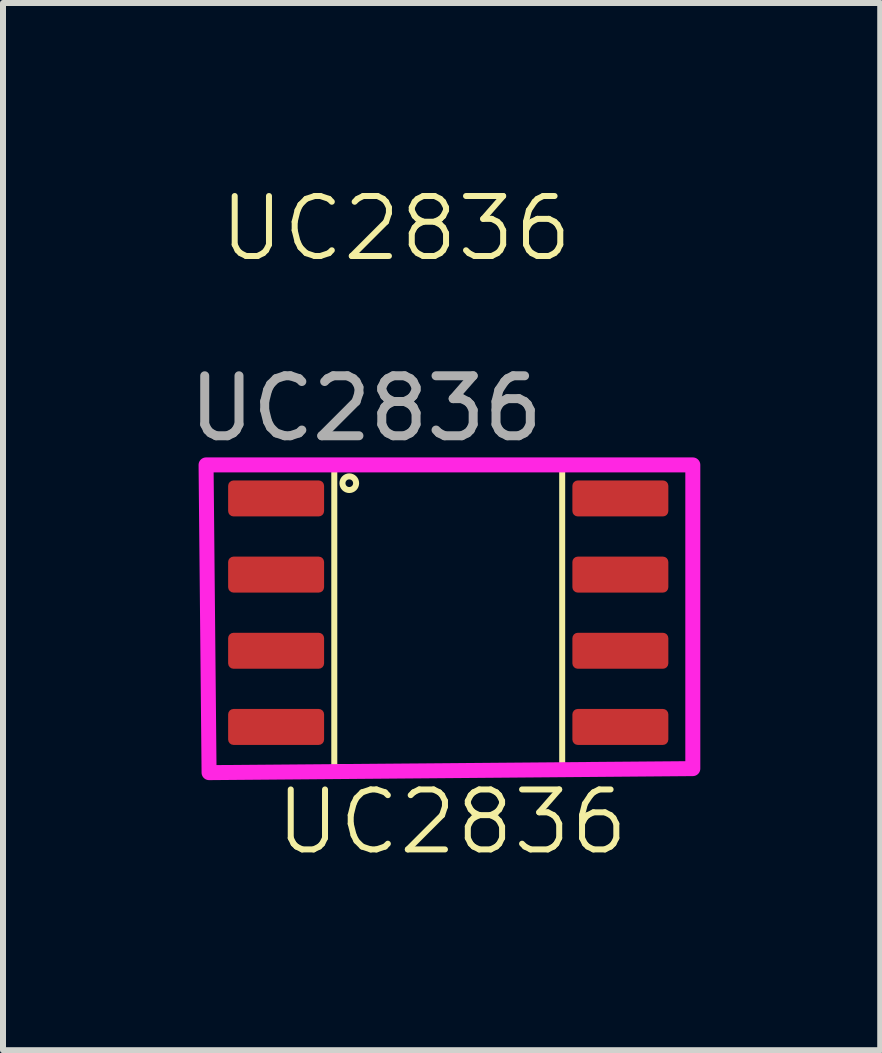
<source format=kicad_pcb>
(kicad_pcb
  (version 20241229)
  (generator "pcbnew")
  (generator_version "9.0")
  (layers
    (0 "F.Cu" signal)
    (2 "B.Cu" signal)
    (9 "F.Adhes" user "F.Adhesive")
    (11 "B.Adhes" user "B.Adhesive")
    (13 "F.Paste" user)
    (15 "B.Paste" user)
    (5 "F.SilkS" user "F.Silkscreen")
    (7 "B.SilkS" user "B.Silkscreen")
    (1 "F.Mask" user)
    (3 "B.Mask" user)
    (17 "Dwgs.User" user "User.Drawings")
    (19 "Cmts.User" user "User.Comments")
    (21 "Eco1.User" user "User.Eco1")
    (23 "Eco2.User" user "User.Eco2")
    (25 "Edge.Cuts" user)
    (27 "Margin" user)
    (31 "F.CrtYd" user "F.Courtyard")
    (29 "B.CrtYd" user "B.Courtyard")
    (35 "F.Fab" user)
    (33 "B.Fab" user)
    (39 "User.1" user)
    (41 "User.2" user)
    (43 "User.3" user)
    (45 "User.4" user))
  (footprint "UC2836"
    (layer "F.Cu")
    (at 1.554 5.261)
    (property "Reference" "UC2836" (at 2 -4.5 0) (unlocked yes) (layer "F.SilkS") (effects (font (size 1 1) (thickness 0.1))))
    (attr smd)
    (fp_rect (start 0.97 -0.52) (end 4.77 4.48) (stroke (width 0.1) (type default)) (fill no) (layer "F.SilkS"))
    (fp_circle (center 1.22 -0.254) (end 1.33 -0.224) (stroke (width 0.1) (type default)) (fill no) (layer "F.SilkS"))
    (fp_poly (pts (xy 6.948 4.505) (xy 6.948 -0.559) (xy -1.168 -0.559) (xy -1.118 4.572)) (stroke (width 0.25) (type solid)) (fill no) (layer "F.CrtYd"))
    (fp_text user "UC2836" (at -0.06 5.98 0) (unlocked yes) (layer "F.SilkS") (effects (font (size 1 1) (thickness 0.1)) (justify left bottom)))
    (fp_text user "${REFERENCE}" (at 1.5 -1.5 0) (unlocked yes) (layer "F.Fab") (effects (font (size 1 1) (thickness 0.15))))
    (pad "1" smd roundrect (at 0 0 90) (size 0.6 1.6) (layers "F.Cu" "F.Mask" "F.Paste") (roundrect_rratio 0.15))
    (pad "2" smd roundrect (at 0 1.27 90) (size 0.6 1.6) (layers "F.Cu" "F.Mask" "F.Paste") (roundrect_rratio 0.15))
    (pad "3" smd roundrect (at 0 2.54 90) (size 0.6 1.6) (layers "F.Cu" "F.Mask" "F.Paste") (roundrect_rratio 0.15))
    (pad "4" smd roundrect (at 0 3.81 90) (size 0.6 1.6) (layers "F.Cu" "F.Mask" "F.Paste") (roundrect_rratio 0.15))
    (pad "5" smd roundrect (at 5.74 0 90) (size 0.6 1.6) (layers "F.Cu" "F.Mask" "F.Paste") (roundrect_rratio 0.15))
    (pad "6" smd roundrect (at 5.74 1.27 90) (size 0.6 1.6) (layers "F.Cu" "F.Mask" "F.Paste") (roundrect_rratio 0.15))
    (pad "7" smd roundrect (at 5.74 2.54 90) (size 0.6 1.6) (layers "F.Cu" "F.Mask" "F.Paste" "Eco2.User") (roundrect_rratio 0.15))
    (pad "8" smd roundrect (at 5.74 3.81 90) (size 0.6 1.6) (layers "F.Cu" "F.Mask" "F.Paste") (roundrect_rratio 0.15)))
  (gr_rect
    (start -3 -3)
    (end 11.627 14.461)
    (stroke (width 0.1) (type default))
    (fill no)
    (layer "Edge.Cuts")))
</source>
